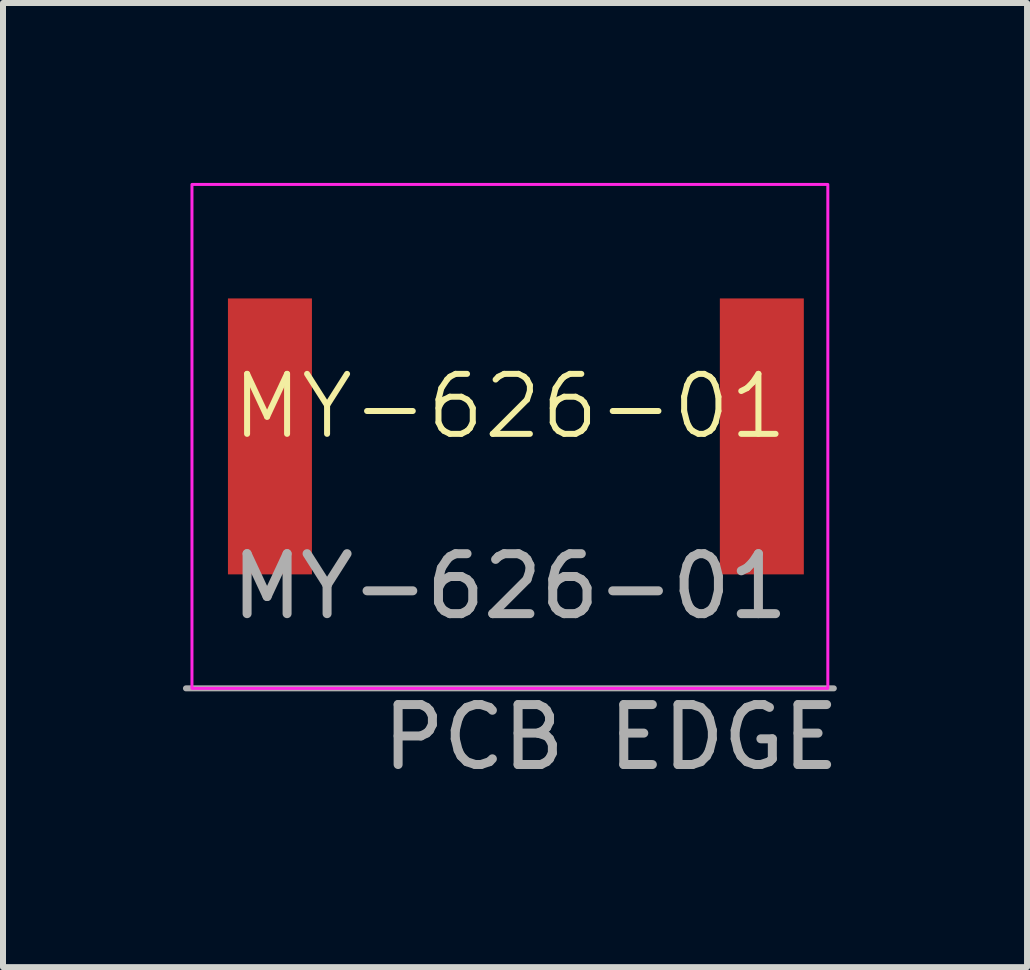
<source format=kicad_pcb>
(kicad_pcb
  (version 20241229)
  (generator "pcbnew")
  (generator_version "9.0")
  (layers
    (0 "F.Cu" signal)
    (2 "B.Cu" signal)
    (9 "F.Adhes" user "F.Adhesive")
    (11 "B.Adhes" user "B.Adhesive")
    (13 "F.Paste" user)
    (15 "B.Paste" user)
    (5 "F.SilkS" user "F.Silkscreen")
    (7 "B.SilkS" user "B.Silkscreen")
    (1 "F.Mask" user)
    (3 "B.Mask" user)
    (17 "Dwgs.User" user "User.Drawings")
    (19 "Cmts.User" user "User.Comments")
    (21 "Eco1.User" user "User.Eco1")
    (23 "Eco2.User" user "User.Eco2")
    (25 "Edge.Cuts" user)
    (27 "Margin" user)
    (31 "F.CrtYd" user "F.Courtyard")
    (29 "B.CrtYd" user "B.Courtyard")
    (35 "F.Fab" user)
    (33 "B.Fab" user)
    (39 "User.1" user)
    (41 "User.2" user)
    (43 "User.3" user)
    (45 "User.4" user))
  (footprint "MY-626-01"
    (layer "F.Cu")
    (at 5.45 4.225)
    (property "Reference" "MY-626-01" (at 0 -0.5 0) (unlocked yes) (layer "F.SilkS") (effects (font (size 1 1) (thickness 0.1))))
    (attr smd)
    (fp_rect (start -5.3 -4.2) (end 5.3 4.2) (stroke (width 0.05) (type default)) (fill no) (layer "F.CrtYd"))
    (fp_line (start -5.4 4.2) (end 5.4 4.2) (stroke (width 0.1) (type default)) (layer "F.Fab"))
    (fp_text user "PCB EDGE" (at -2.2 5.6 0) (unlocked yes) (layer "F.Fab") (effects (font (size 1 1) (thickness 0.15)) (justify left bottom)))
    (fp_text user "${REFERENCE}" (at 0 2.5 0) (unlocked yes) (layer "F.Fab") (effects (font (size 1 1) (thickness 0.15))))
    (pad "1" smd rect (at -4 0) (size 1.4 4.6) (layers "F.Cu" "F.Mask" "F.Paste"))
    (pad "2" smd rect (at 4.2 0) (size 1.4 4.6) (layers "F.Cu" "F.Mask" "F.Paste")))
  (gr_rect
    (start -3 -3)
    (end 14.071 13.072)
    (stroke (width 0.1) (type default))
    (fill no)
    (layer "Edge.Cuts")))
</source>
